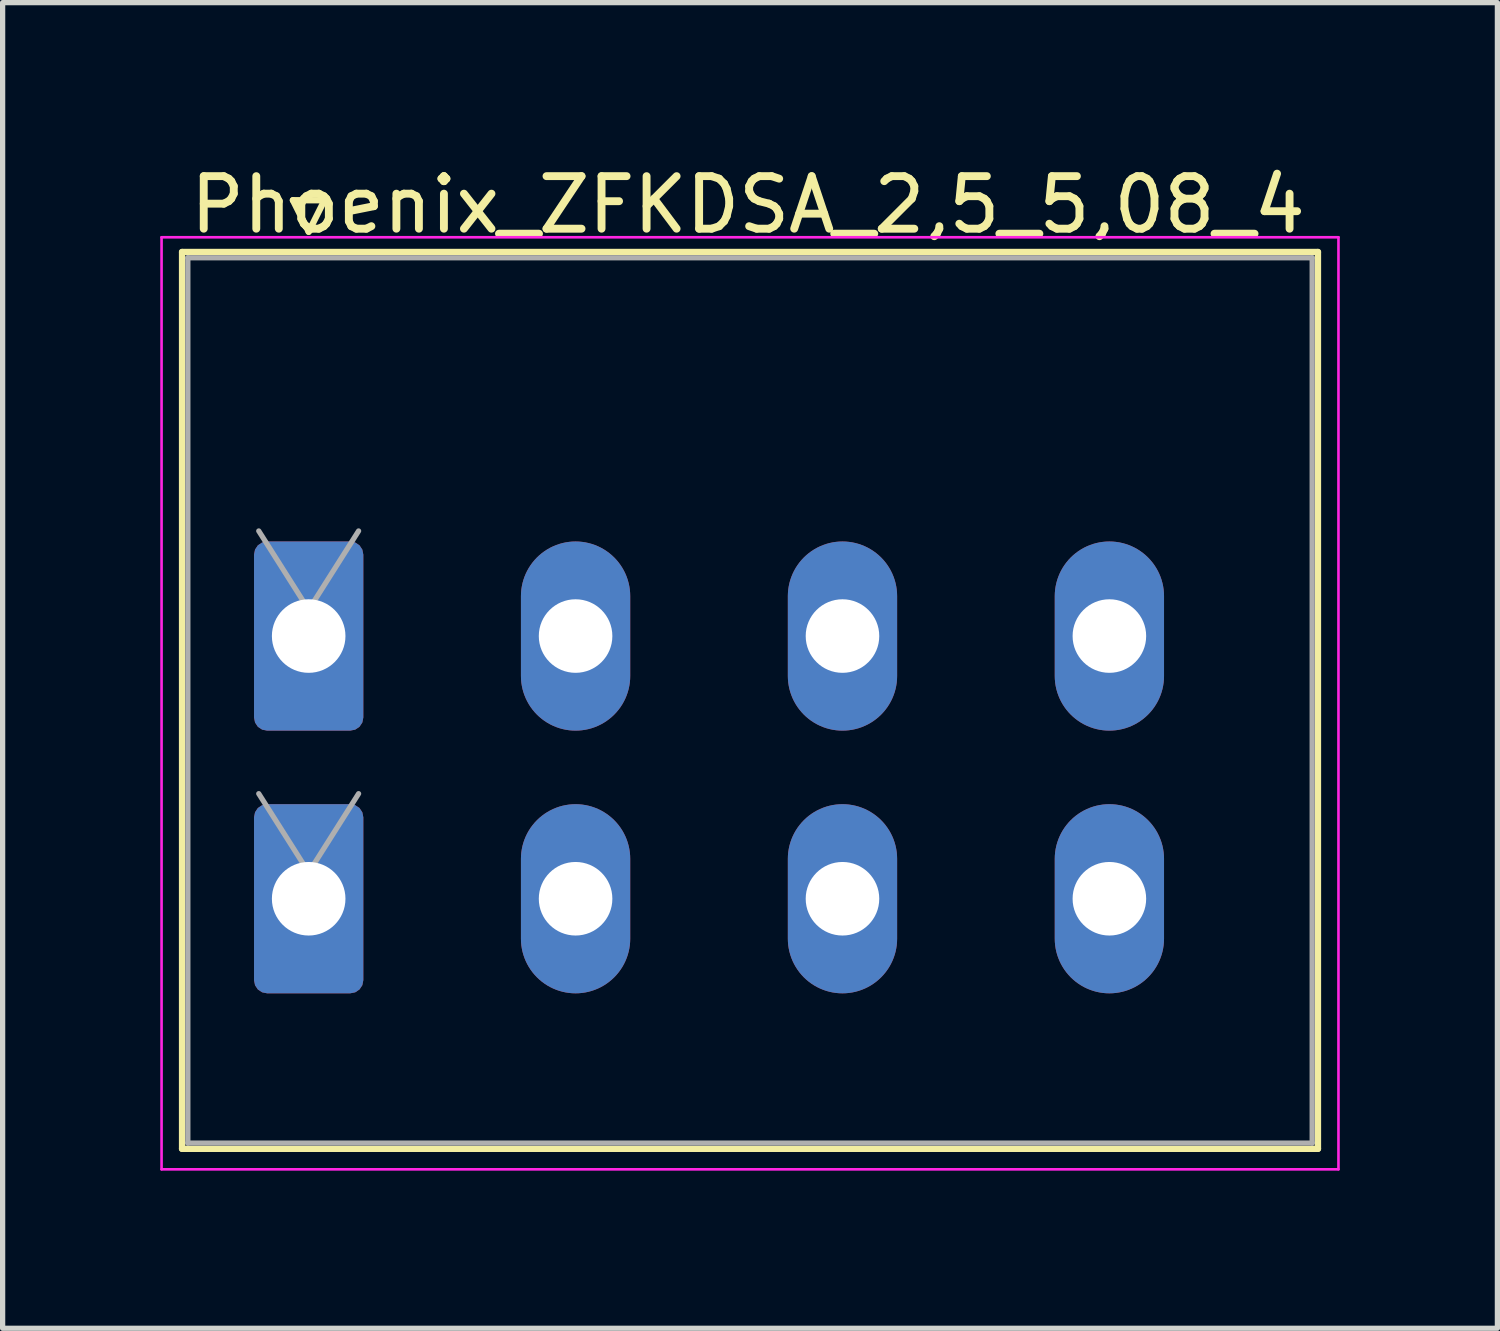
<source format=kicad_pcb>
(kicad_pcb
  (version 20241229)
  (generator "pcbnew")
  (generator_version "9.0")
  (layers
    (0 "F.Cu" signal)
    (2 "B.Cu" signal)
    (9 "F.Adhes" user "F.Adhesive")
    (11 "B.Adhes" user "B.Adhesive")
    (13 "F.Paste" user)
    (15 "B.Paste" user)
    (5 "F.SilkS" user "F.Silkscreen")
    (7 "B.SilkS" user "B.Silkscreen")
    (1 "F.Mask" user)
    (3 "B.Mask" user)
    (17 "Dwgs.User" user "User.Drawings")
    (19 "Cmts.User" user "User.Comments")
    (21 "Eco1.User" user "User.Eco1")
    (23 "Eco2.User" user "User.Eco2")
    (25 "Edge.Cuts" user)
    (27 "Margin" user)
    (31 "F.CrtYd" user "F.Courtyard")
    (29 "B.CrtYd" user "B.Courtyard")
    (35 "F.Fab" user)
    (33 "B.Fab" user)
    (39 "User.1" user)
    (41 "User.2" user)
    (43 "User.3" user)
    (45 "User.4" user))
  (footprint "Phoenix_ZFKDSA_2,5_5,08_4"
    (layer "F.Cu")
    (at 2.825 14.056)
    (property "Reference" "Phoenix_ZFKDSA_2,5_5,08_4" (at 8.36 -13.208 0) (layer "F.SilkS") (effects (font (size 1 1) (thickness 0.15))))
    (attr through_hole)
    (fp_line (start -2.41 -12.31) (end -2.41 4.76) (stroke (width 0.12) (type solid)) (layer "F.SilkS"))
    (fp_line (start -2.41 4.76) (end 19.21 4.76) (stroke (width 0.12) (type solid)) (layer "F.SilkS"))
    (fp_line (start -0.3 -13.295) (end 0.3 -13.295) (stroke (width 0.12) (type solid)) (layer "F.SilkS"))
    (fp_line (start 0 -12.695) (end -0.3 -13.295) (stroke (width 0.12) (type solid)) (layer "F.SilkS"))
    (fp_line (start 0.3 -13.295) (end 0 -12.695) (stroke (width 0.12) (type solid)) (layer "F.SilkS"))
    (fp_line (start 19.21 -12.31) (end -2.41 -12.31) (stroke (width 0.12) (type solid)) (layer "F.SilkS"))
    (fp_line (start 19.21 4.76) (end 19.21 -12.31) (stroke (width 0.12) (type solid)) (layer "F.SilkS"))
    (fp_line (start -2.8 -12.59) (end -2.8 5.15) (stroke (width 0.05) (type solid)) (layer "F.CrtYd"))
    (fp_line (start -2.8 5.15) (end 19.6 5.15) (stroke (width 0.05) (type solid)) (layer "F.CrtYd"))
    (fp_line (start 19.6 -12.59) (end -2.8 -12.59) (stroke (width 0.05) (type solid)) (layer "F.CrtYd"))
    (fp_line (start 19.6 5.15) (end 19.6 -12.59) (stroke (width 0.05) (type solid)) (layer "F.CrtYd"))
    (fp_line (start -2.3 -12.2) (end -2.3 4.65) (stroke (width 0.1) (type solid)) (layer "F.Fab"))
    (fp_line (start -2.3 4.65) (end 19.1 4.65) (stroke (width 0.1) (type solid)) (layer "F.Fab"))
    (fp_line (start 0 -5.5) (end -0.95 -7) (stroke (width 0.1) (type solid)) (layer "F.Fab"))
    (fp_line (start 0 -0.5) (end -0.95 -2) (stroke (width 0.1) (type solid)) (layer "F.Fab"))
    (fp_line (start 0.95 -7) (end 0 -5.5) (stroke (width 0.1) (type solid)) (layer "F.Fab"))
    (fp_line (start 0.95 -2) (end 0 -0.5) (stroke (width 0.1) (type solid)) (layer "F.Fab"))
    (fp_line (start 19.1 -12.2) (end -2.3 -12.2) (stroke (width 0.1) (type solid)) (layer "F.Fab"))
    (fp_line (start 19.1 4.65) (end 19.1 -12.2) (stroke (width 0.1) (type solid)) (layer "F.Fab"))
    (pad "1" thru_hole roundrect (at 0 -5) (size 2.08 3.6) (drill 1.4) (layers "*.Cu" "*.Mask") (roundrect_rratio 0.12))
    (pad "1" thru_hole roundrect (at 0 0) (size 2.08 3.6) (drill 1.4) (layers "*.Cu" "*.Mask") (roundrect_rratio 0.12))
    (pad "2" thru_hole oval (at 5.08 -5) (size 2.08 3.6) (drill 1.4) (layers "*.Cu" "*.Mask"))
    (pad "2" thru_hole oval (at 5.08 0) (size 2.08 3.6) (drill 1.4) (layers "*.Cu" "*.Mask"))
    (pad "3" thru_hole oval (at 10.16 -5) (size 2.08 3.6) (drill 1.4) (layers "*.Cu" "*.Mask"))
    (pad "3" thru_hole oval (at 10.16 0) (size 2.08 3.6) (drill 1.4) (layers "*.Cu" "*.Mask"))
    (pad "4" thru_hole oval (at 15.24 -5) (size 2.08 3.6) (drill 1.4) (layers "*.Cu" "*.Mask"))
    (pad "4" thru_hole oval (at 15.24 0) (size 2.08 3.6) (drill 1.4) (layers "*.Cu" "*.Mask")))
  (gr_rect
    (start -3 -3)
    (end 25.45 22.231)
    (stroke (width 0.1) (type default))
    (fill no)
    (layer "Edge.Cuts")))
</source>
